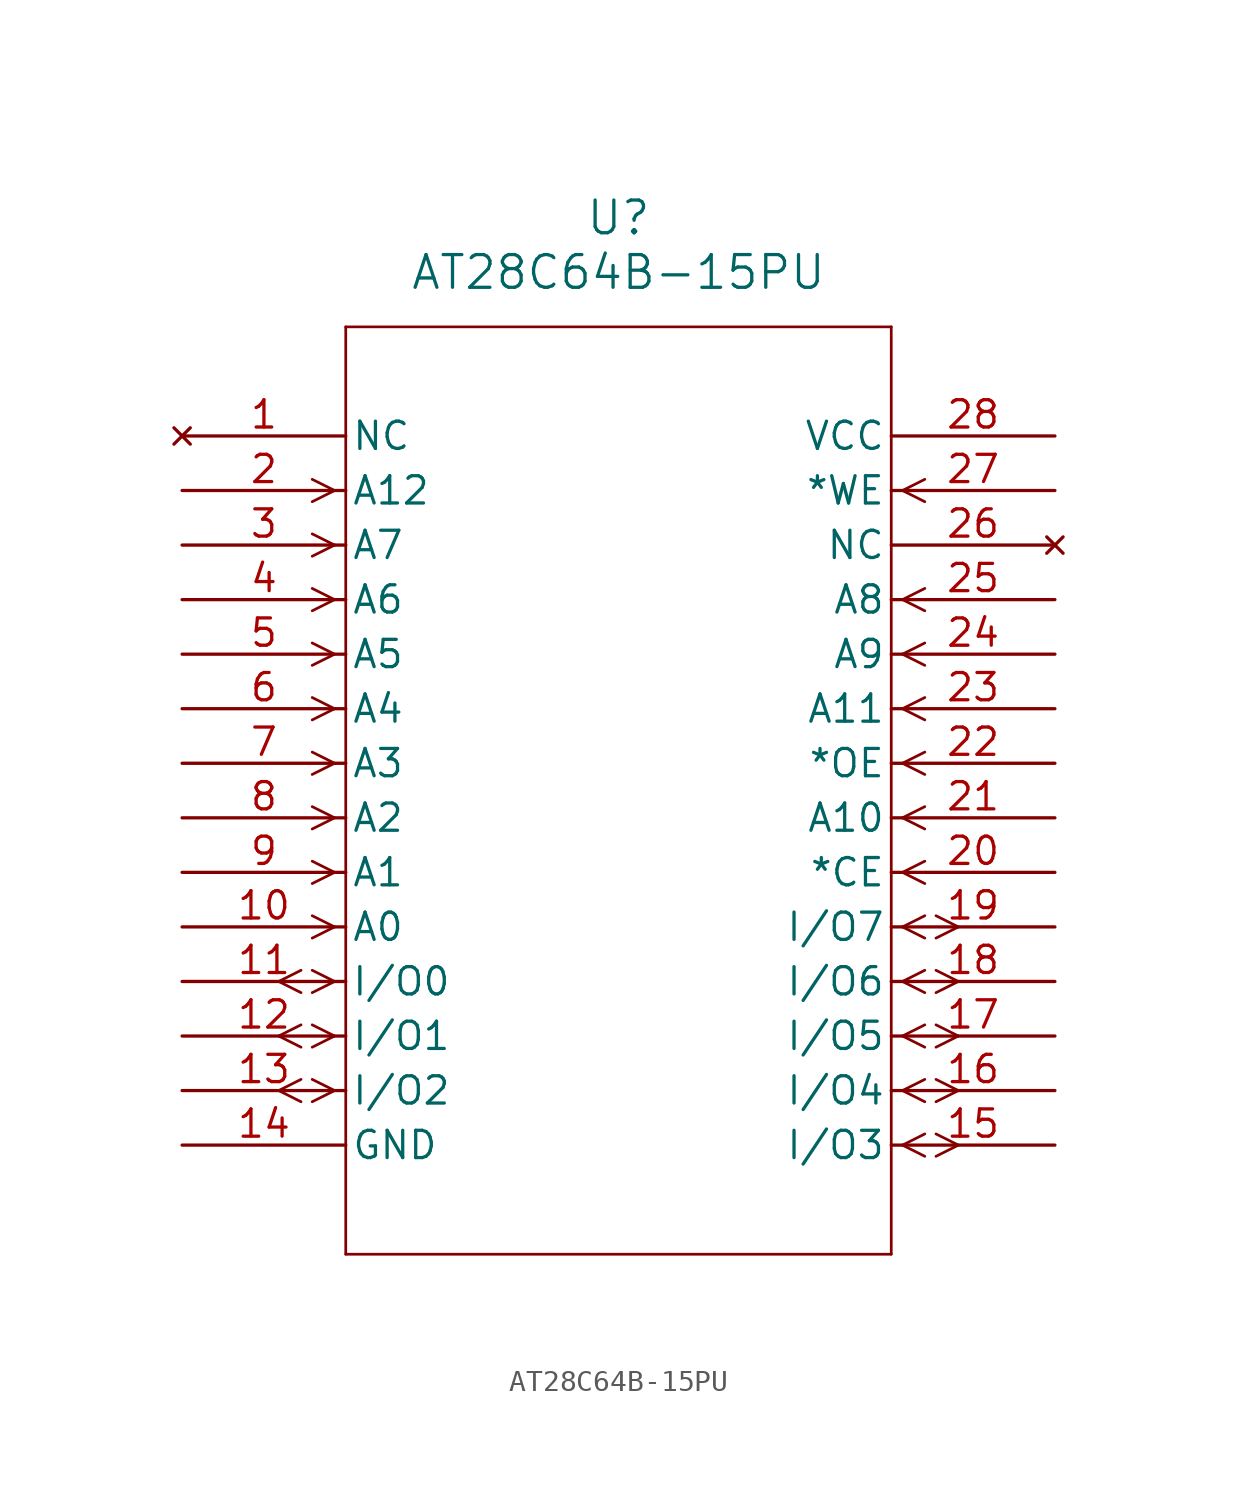
<source format=kicad_sym>
(kicad_symbol_lib
  (version 20211014)
  (generator kicad_symbol_editor)
  (symbol "AT28C64B-15PU"
    (pin_names
      (offset 0.254))
    (property "Reference" "U"
      (at 20.32 10.16 0)
      (effects (font (size 1.524 1.524))))
    (property "Value" "AT28C64B-15PU"
      (at 20.32 7.62 0)
      (effects (font (size 1.524 1.524))))
    (polyline
      (pts (xy 7.099 -2.54) (xy 6.058 -2.019))
      (stroke (width 0.127) (type default) (color 0 0 0 0))
      (fill (type none)))
    (polyline
      (pts (xy 7.099 -2.54) (xy 6.058 -3.061))
      (stroke (width 0.127) (type default) (color 0 0 0 0))
      (fill (type none)))
    (polyline
      (pts (xy 7.099 -5.08) (xy 6.058 -4.559))
      (stroke (width 0.127) (type default) (color 0 0 0 0))
      (fill (type none)))
    (polyline
      (pts (xy 7.099 -5.08) (xy 6.058 -5.601))
      (stroke (width 0.127) (type default) (color 0 0 0 0))
      (fill (type none)))
    (polyline
      (pts (xy 7.099 -7.62) (xy 6.058 -7.099))
      (stroke (width 0.127) (type default) (color 0 0 0 0))
      (fill (type none)))
    (polyline
      (pts (xy 7.099 -7.62) (xy 6.058 -8.141))
      (stroke (width 0.127) (type default) (color 0 0 0 0))
      (fill (type none)))
    (polyline
      (pts (xy 7.099 -10.16) (xy 6.058 -9.639))
      (stroke (width 0.127) (type default) (color 0 0 0 0))
      (fill (type none)))
    (polyline
      (pts (xy 7.099 -10.16) (xy 6.058 -10.681))
      (stroke (width 0.127) (type default) (color 0 0 0 0))
      (fill (type none)))
    (polyline
      (pts (xy 7.099 -12.7) (xy 6.058 -12.179))
      (stroke (width 0.127) (type default) (color 0 0 0 0))
      (fill (type none)))
    (polyline
      (pts (xy 7.099 -12.7) (xy 6.058 -13.221))
      (stroke (width 0.127) (type default) (color 0 0 0 0))
      (fill (type none)))
    (polyline
      (pts (xy 7.099 -15.24) (xy 6.058 -14.719))
      (stroke (width 0.127) (type default) (color 0 0 0 0))
      (fill (type none)))
    (polyline
      (pts (xy 7.099 -15.24) (xy 6.058 -15.761))
      (stroke (width 0.127) (type default) (color 0 0 0 0))
      (fill (type none)))
    (polyline
      (pts (xy 7.099 -17.78) (xy 6.058 -17.259))
      (stroke (width 0.127) (type default) (color 0 0 0 0))
      (fill (type none)))
    (polyline
      (pts (xy 7.099 -17.78) (xy 6.058 -18.301))
      (stroke (width 0.127) (type default) (color 0 0 0 0))
      (fill (type none)))
    (polyline
      (pts (xy 7.099 -20.32) (xy 6.058 -19.799))
      (stroke (width 0.127) (type default) (color 0 0 0 0))
      (fill (type none)))
    (polyline
      (pts (xy 7.099 -20.32) (xy 6.058 -20.841))
      (stroke (width 0.127) (type default) (color 0 0 0 0))
      (fill (type none)))
    (polyline
      (pts (xy 7.099 -22.86) (xy 6.058 -22.339))
      (stroke (width 0.127) (type default) (color 0 0 0 0))
      (fill (type none)))
    (polyline
      (pts (xy 7.099 -22.86) (xy 6.058 -23.381))
      (stroke (width 0.127) (type default) (color 0 0 0 0))
      (fill (type none)))
    (polyline
      (pts (xy 7.099 -25.4) (xy 6.058 -24.879))
      (stroke (width 0.127) (type default) (color 0 0 0 0))
      (fill (type none)))
    (polyline
      (pts (xy 7.099 -25.4) (xy 6.058 -25.921))
      (stroke (width 0.127) (type default) (color 0 0 0 0))
      (fill (type none)))
    (polyline
      (pts (xy 5.537 -24.879) (xy 4.496 -25.4))
      (stroke (width 0.127) (type default) (color 0 0 0 0))
      (fill (type none)))
    (polyline
      (pts (xy 5.537 -25.921) (xy 4.496 -25.4))
      (stroke (width 0.127) (type default) (color 0 0 0 0))
      (fill (type none)))
    (polyline
      (pts (xy 7.099 -27.94) (xy 6.058 -27.419))
      (stroke (width 0.127) (type default) (color 0 0 0 0))
      (fill (type none)))
    (polyline
      (pts (xy 7.099 -27.94) (xy 6.058 -28.461))
      (stroke (width 0.127) (type default) (color 0 0 0 0))
      (fill (type none)))
    (polyline
      (pts (xy 5.537 -27.419) (xy 4.496 -27.94))
      (stroke (width 0.127) (type default) (color 0 0 0 0))
      (fill (type none)))
    (polyline
      (pts (xy 5.537 -28.461) (xy 4.496 -27.94))
      (stroke (width 0.127) (type default) (color 0 0 0 0))
      (fill (type none)))
    (polyline
      (pts (xy 7.099 -30.48) (xy 6.058 -29.959))
      (stroke (width 0.127) (type default) (color 0 0 0 0))
      (fill (type none)))
    (polyline
      (pts (xy 7.099 -30.48) (xy 6.058 -31.001))
      (stroke (width 0.127) (type default) (color 0 0 0 0))
      (fill (type none)))
    (polyline
      (pts (xy 5.537 -29.959) (xy 4.496 -30.48))
      (stroke (width 0.127) (type default) (color 0 0 0 0))
      (fill (type none)))
    (polyline
      (pts (xy 5.537 -31.001) (xy 4.496 -30.48))
      (stroke (width 0.127) (type default) (color 0 0 0 0))
      (fill (type none)))
    (polyline
      (pts (xy 33.541 -33.02) (xy 34.582 -32.499))
      (stroke (width 0.127) (type default) (color 0 0 0 0))
      (fill (type none)))
    (polyline
      (pts (xy 33.541 -33.02) (xy 34.582 -33.541))
      (stroke (width 0.127) (type default) (color 0 0 0 0))
      (fill (type none)))
    (polyline
      (pts (xy 35.103 -32.499) (xy 36.144 -33.02))
      (stroke (width 0.127) (type default) (color 0 0 0 0))
      (fill (type none)))
    (polyline
      (pts (xy 35.103 -33.541) (xy 36.144 -33.02))
      (stroke (width 0.127) (type default) (color 0 0 0 0))
      (fill (type none)))
    (polyline
      (pts (xy 33.541 -30.48) (xy 34.582 -29.959))
      (stroke (width 0.127) (type default) (color 0 0 0 0))
      (fill (type none)))
    (polyline
      (pts (xy 33.541 -30.48) (xy 34.582 -31.001))
      (stroke (width 0.127) (type default) (color 0 0 0 0))
      (fill (type none)))
    (polyline
      (pts (xy 35.103 -29.959) (xy 36.144 -30.48))
      (stroke (width 0.127) (type default) (color 0 0 0 0))
      (fill (type none)))
    (polyline
      (pts (xy 35.103 -31.001) (xy 36.144 -30.48))
      (stroke (width 0.127) (type default) (color 0 0 0 0))
      (fill (type none)))
    (polyline
      (pts (xy 33.541 -27.94) (xy 34.582 -27.419))
      (stroke (width 0.127) (type default) (color 0 0 0 0))
      (fill (type none)))
    (polyline
      (pts (xy 33.541 -27.94) (xy 34.582 -28.461))
      (stroke (width 0.127) (type default) (color 0 0 0 0))
      (fill (type none)))
    (polyline
      (pts (xy 35.103 -27.419) (xy 36.144 -27.94))
      (stroke (width 0.127) (type default) (color 0 0 0 0))
      (fill (type none)))
    (polyline
      (pts (xy 35.103 -28.461) (xy 36.144 -27.94))
      (stroke (width 0.127) (type default) (color 0 0 0 0))
      (fill (type none)))
    (polyline
      (pts (xy 33.541 -25.4) (xy 34.582 -24.879))
      (stroke (width 0.127) (type default) (color 0 0 0 0))
      (fill (type none)))
    (polyline
      (pts (xy 33.541 -25.4) (xy 34.582 -25.921))
      (stroke (width 0.127) (type default) (color 0 0 0 0))
      (fill (type none)))
    (polyline
      (pts (xy 35.103 -24.879) (xy 36.144 -25.4))
      (stroke (width 0.127) (type default) (color 0 0 0 0))
      (fill (type none)))
    (polyline
      (pts (xy 35.103 -25.921) (xy 36.144 -25.4))
      (stroke (width 0.127) (type default) (color 0 0 0 0))
      (fill (type none)))
    (polyline
      (pts (xy 33.541 -22.86) (xy 34.582 -22.339))
      (stroke (width 0.127) (type default) (color 0 0 0 0))
      (fill (type none)))
    (polyline
      (pts (xy 33.541 -22.86) (xy 34.582 -23.381))
      (stroke (width 0.127) (type default) (color 0 0 0 0))
      (fill (type none)))
    (polyline
      (pts (xy 35.103 -22.339) (xy 36.144 -22.86))
      (stroke (width 0.127) (type default) (color 0 0 0 0))
      (fill (type none)))
    (polyline
      (pts (xy 35.103 -23.381) (xy 36.144 -22.86))
      (stroke (width 0.127) (type default) (color 0 0 0 0))
      (fill (type none)))
    (polyline
      (pts (xy 33.541 -20.32) (xy 34.582 -19.799))
      (stroke (width 0.127) (type default) (color 0 0 0 0))
      (fill (type none)))
    (polyline
      (pts (xy 33.541 -20.32) (xy 34.582 -20.841))
      (stroke (width 0.127) (type default) (color 0 0 0 0))
      (fill (type none)))
    (polyline
      (pts (xy 33.541 -17.78) (xy 34.582 -17.259))
      (stroke (width 0.127) (type default) (color 0 0 0 0))
      (fill (type none)))
    (polyline
      (pts (xy 33.541 -17.78) (xy 34.582 -18.301))
      (stroke (width 0.127) (type default) (color 0 0 0 0))
      (fill (type none)))
    (polyline
      (pts (xy 33.541 -15.24) (xy 34.582 -14.719))
      (stroke (width 0.127) (type default) (color 0 0 0 0))
      (fill (type none)))
    (polyline
      (pts (xy 33.541 -15.24) (xy 34.582 -15.761))
      (stroke (width 0.127) (type default) (color 0 0 0 0))
      (fill (type none)))
    (polyline
      (pts (xy 33.541 -12.7) (xy 34.582 -12.179))
      (stroke (width 0.127) (type default) (color 0 0 0 0))
      (fill (type none)))
    (polyline
      (pts (xy 33.541 -12.7) (xy 34.582 -13.221))
      (stroke (width 0.127) (type default) (color 0 0 0 0))
      (fill (type none)))
    (polyline
      (pts (xy 33.541 -10.16) (xy 34.582 -9.639))
      (stroke (width 0.127) (type default) (color 0 0 0 0))
      (fill (type none)))
    (polyline
      (pts (xy 33.541 -10.16) (xy 34.582 -10.681))
      (stroke (width 0.127) (type default) (color 0 0 0 0))
      (fill (type none)))
    (polyline
      (pts (xy 33.541 -7.62) (xy 34.582 -7.099))
      (stroke (width 0.127) (type default) (color 0 0 0 0))
      (fill (type none)))
    (polyline
      (pts (xy 33.541 -7.62) (xy 34.582 -8.141))
      (stroke (width 0.127) (type default) (color 0 0 0 0))
      (fill (type none)))
    (polyline
      (pts (xy 33.541 -2.54) (xy 34.582 -2.019))
      (stroke (width 0.127) (type default) (color 0 0 0 0))
      (fill (type none)))
    (polyline
      (pts (xy 33.541 -2.54) (xy 34.582 -3.061))
      (stroke (width 0.127) (type default) (color 0 0 0 0))
      (fill (type none)))
    (polyline
      (pts (xy 7.62 5.08) (xy 7.62 -38.1))
      (stroke (width 0.127) (type default) (color 0 0 0 0))
      (fill (type none)))
    (polyline
      (pts (xy 7.62 -38.1) (xy 33.02 -38.1))
      (stroke (width 0.127) (type default) (color 0 0 0 0))
      (fill (type none)))
    (polyline
      (pts (xy 33.02 -38.1) (xy 33.02 5.08))
      (stroke (width 0.127) (type default) (color 0 0 0 0))
      (fill (type none)))
    (polyline
      (pts (xy 33.02 5.08) (xy 7.62 5.08))
      (stroke (width 0.127) (type default) (color 0 0 0 0))
      (fill (type none)))
    (pin no_connect line
      (at 0 0 0)
      (length 7.62)
      (name "NC" (effects (font (size 1.27 1.27))))
      (number "1" (effects (font (size 1.27 1.27)))))
    (pin input line
      (at 0 -2.54 0)
      (length 7.62)
      (name "A12" (effects (font (size 1.27 1.27))))
      (number "2" (effects (font (size 1.27 1.27)))))
    (pin input line
      (at 0 -5.08 0)
      (length 7.62)
      (name "A7" (effects (font (size 1.27 1.27))))
      (number "3" (effects (font (size 1.27 1.27)))))
    (pin input line
      (at 0 -7.62 0)
      (length 7.62)
      (name "A6" (effects (font (size 1.27 1.27))))
      (number "4" (effects (font (size 1.27 1.27)))))
    (pin input line
      (at 0 -10.16 0)
      (length 7.62)
      (name "A5" (effects (font (size 1.27 1.27))))
      (number "5" (effects (font (size 1.27 1.27)))))
    (pin input line
      (at 0 -12.7 0)
      (length 7.62)
      (name "A4" (effects (font (size 1.27 1.27))))
      (number "6" (effects (font (size 1.27 1.27)))))
    (pin input line
      (at 0 -15.24 0)
      (length 7.62)
      (name "A3" (effects (font (size 1.27 1.27))))
      (number "7" (effects (font (size 1.27 1.27)))))
    (pin input line
      (at 0 -17.78 0)
      (length 7.62)
      (name "A2" (effects (font (size 1.27 1.27))))
      (number "8" (effects (font (size 1.27 1.27)))))
    (pin input line
      (at 0 -20.32 0)
      (length 7.62)
      (name "A1" (effects (font (size 1.27 1.27))))
      (number "9" (effects (font (size 1.27 1.27)))))
    (pin input line
      (at 0 -22.86 0)
      (length 7.62)
      (name "A0" (effects (font (size 1.27 1.27))))
      (number "10" (effects (font (size 1.27 1.27)))))
    (pin bidirectional line
      (at 0 -25.4 0)
      (length 7.62)
      (name "I/O0" (effects (font (size 1.27 1.27))))
      (number "11" (effects (font (size 1.27 1.27)))))
    (pin bidirectional line
      (at 0 -27.94 0)
      (length 7.62)
      (name "I/O1" (effects (font (size 1.27 1.27))))
      (number "12" (effects (font (size 1.27 1.27)))))
    (pin bidirectional line
      (at 0 -30.48 0)
      (length 7.62)
      (name "I/O2" (effects (font (size 1.27 1.27))))
      (number "13" (effects (font (size 1.27 1.27)))))
    (pin power_in line
      (at 0 -33.02 0)
      (length 7.62)
      (name "GND" (effects (font (size 1.27 1.27))))
      (number "14" (effects (font (size 1.27 1.27)))))
    (pin bidirectional line
      (at 40.64 -33.02 180)
      (length 7.62)
      (name "I/O3" (effects (font (size 1.27 1.27))))
      (number "15" (effects (font (size 1.27 1.27)))))
    (pin bidirectional line
      (at 40.64 -30.48 180)
      (length 7.62)
      (name "I/O4" (effects (font (size 1.27 1.27))))
      (number "16" (effects (font (size 1.27 1.27)))))
    (pin bidirectional line
      (at 40.64 -27.94 180)
      (length 7.62)
      (name "I/O5" (effects (font (size 1.27 1.27))))
      (number "17" (effects (font (size 1.27 1.27)))))
    (pin bidirectional line
      (at 40.64 -25.4 180)
      (length 7.62)
      (name "I/O6" (effects (font (size 1.27 1.27))))
      (number "18" (effects (font (size 1.27 1.27)))))
    (pin bidirectional line
      (at 40.64 -22.86 180)
      (length 7.62)
      (name "I/O7" (effects (font (size 1.27 1.27))))
      (number "19" (effects (font (size 1.27 1.27)))))
    (pin input line
      (at 40.64 -20.32 180)
      (length 7.62)
      (name "*CE" (effects (font (size 1.27 1.27))))
      (number "20" (effects (font (size 1.27 1.27)))))
    (pin input line
      (at 40.64 -17.78 180)
      (length 7.62)
      (name "A10" (effects (font (size 1.27 1.27))))
      (number "21" (effects (font (size 1.27 1.27)))))
    (pin input line
      (at 40.64 -15.24 180)
      (length 7.62)
      (name "*OE" (effects (font (size 1.27 1.27))))
      (number "22" (effects (font (size 1.27 1.27)))))
    (pin input line
      (at 40.64 -12.7 180)
      (length 7.62)
      (name "A11" (effects (font (size 1.27 1.27))))
      (number "23" (effects (font (size 1.27 1.27)))))
    (pin input line
      (at 40.64 -10.16 180)
      (length 7.62)
      (name "A9" (effects (font (size 1.27 1.27))))
      (number "24" (effects (font (size 1.27 1.27)))))
    (pin input line
      (at 40.64 -7.62 180)
      (length 7.62)
      (name "A8" (effects (font (size 1.27 1.27))))
      (number "25" (effects (font (size 1.27 1.27)))))
    (pin no_connect line
      (at 40.64 -5.08 180)
      (length 7.62)
      (name "NC" (effects (font (size 1.27 1.27))))
      (number "26" (effects (font (size 1.27 1.27)))))
    (pin input line
      (at 40.64 -2.54 180)
      (length 7.62)
      (name "*WE" (effects (font (size 1.27 1.27))))
      (number "27" (effects (font (size 1.27 1.27)))))
    (pin power_in line
      (at 40.64 0 180)
      (length 7.62)
      (name "VCC" (effects (font (size 1.27 1.27))))
      (number "28" (effects (font (size 1.27 1.27)))))))
</source>
